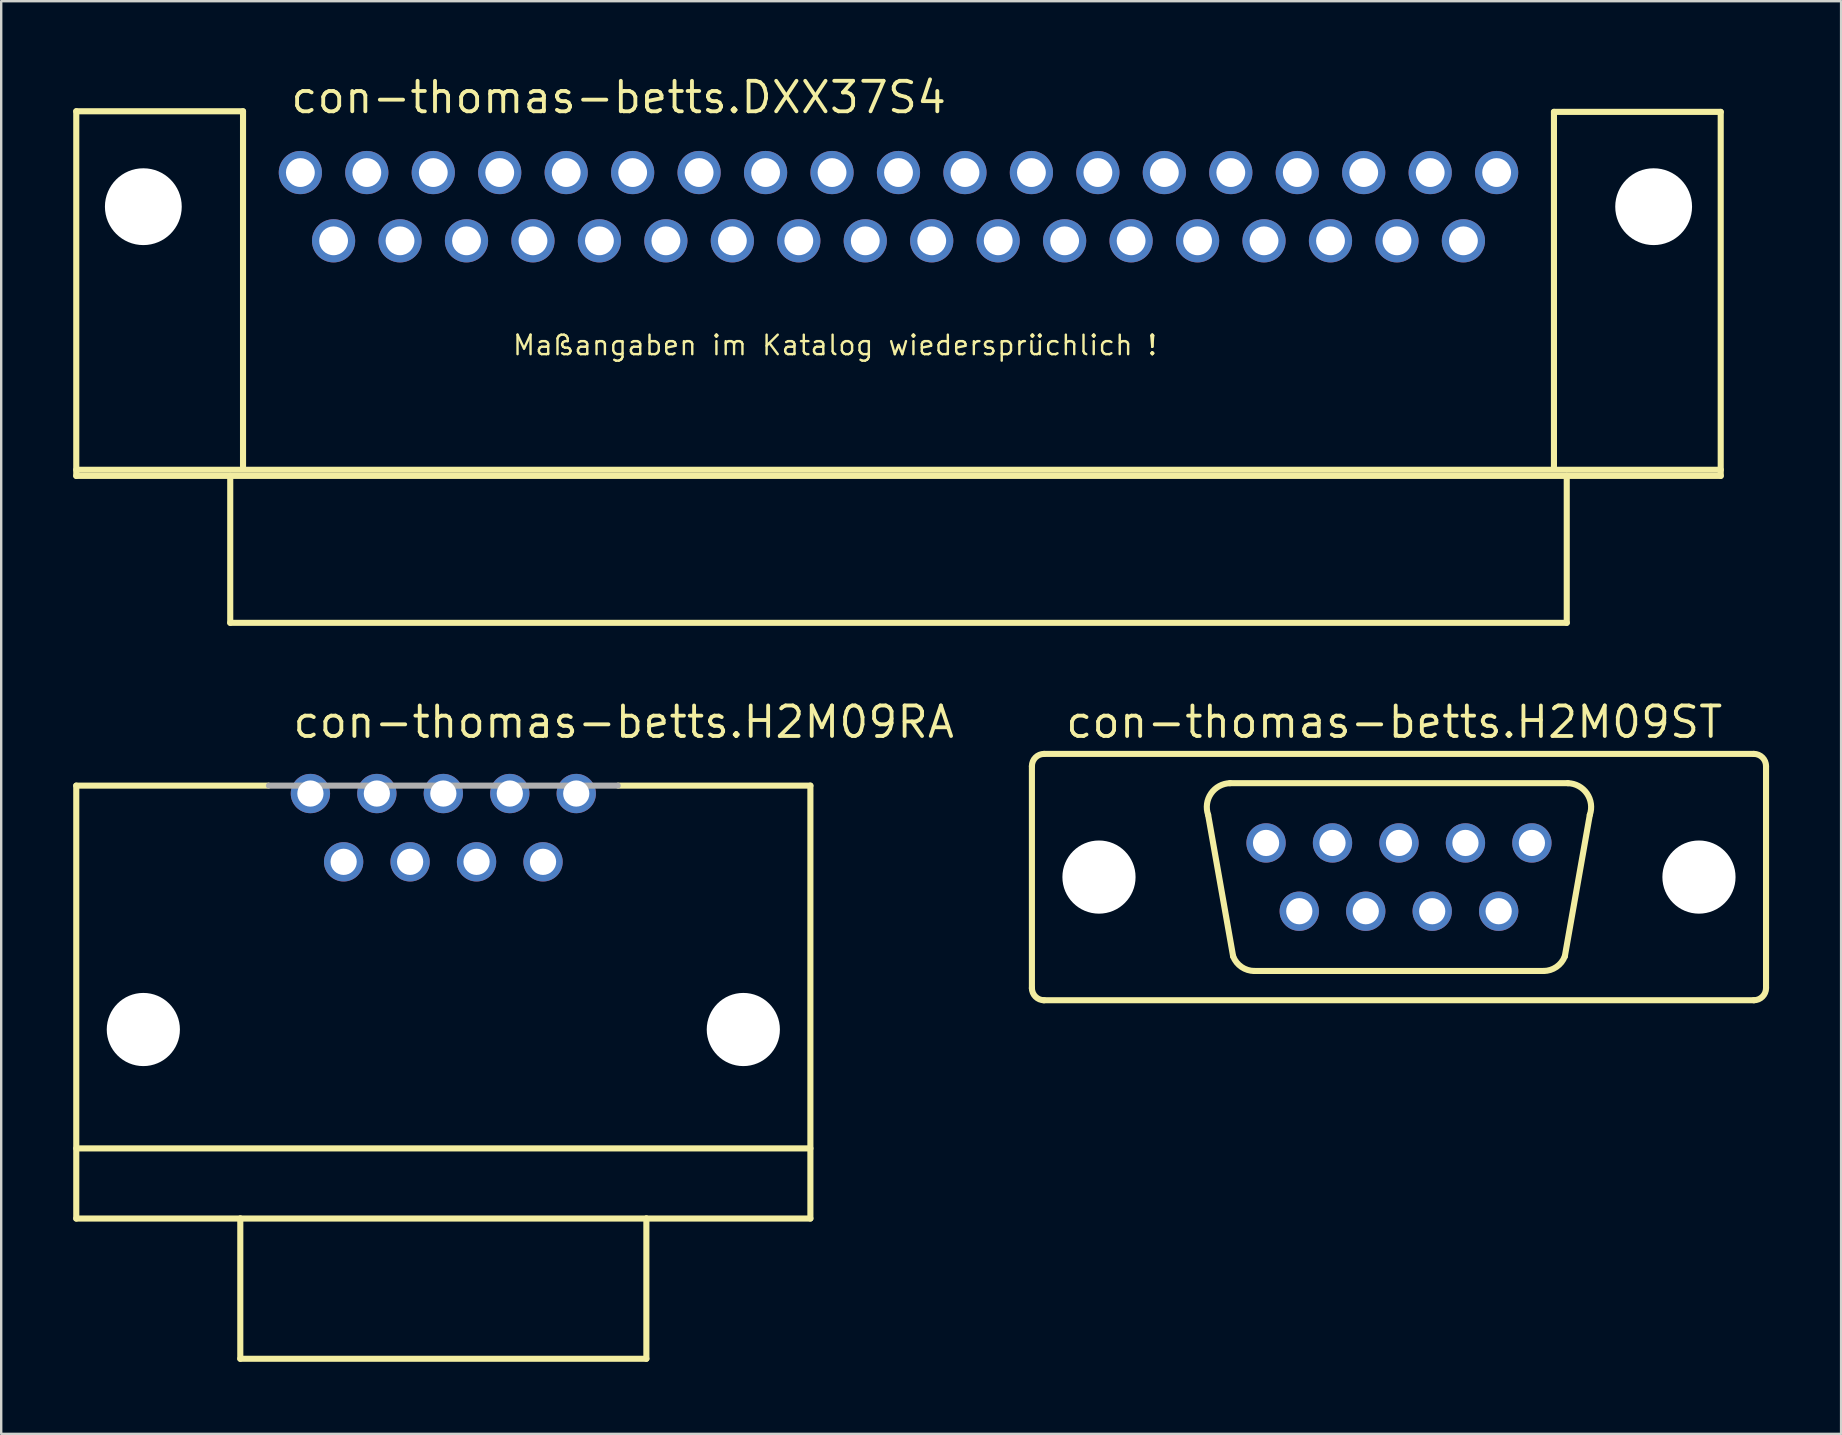
<source format=kicad_pcb>
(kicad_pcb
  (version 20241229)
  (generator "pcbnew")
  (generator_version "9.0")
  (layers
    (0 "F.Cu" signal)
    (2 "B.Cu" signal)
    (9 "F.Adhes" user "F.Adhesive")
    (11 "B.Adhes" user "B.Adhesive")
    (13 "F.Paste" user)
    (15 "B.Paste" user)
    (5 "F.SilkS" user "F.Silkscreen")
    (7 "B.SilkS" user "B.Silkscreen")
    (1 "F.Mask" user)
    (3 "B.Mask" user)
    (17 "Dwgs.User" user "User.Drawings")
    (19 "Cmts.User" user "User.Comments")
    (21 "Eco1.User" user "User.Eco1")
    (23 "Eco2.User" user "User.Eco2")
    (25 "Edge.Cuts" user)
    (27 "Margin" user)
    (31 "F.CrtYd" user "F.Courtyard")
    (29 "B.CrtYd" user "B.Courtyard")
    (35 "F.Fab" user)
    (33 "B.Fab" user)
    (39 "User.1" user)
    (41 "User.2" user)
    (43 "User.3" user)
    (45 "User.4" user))
  (footprint "con-thomas-betts.H2M09RA"
    (layer "F.Cu")
    (at 15.418 37.932)
    (property "Reference" "con-thomas-betts.H2M09RA" (at -6.35 -10.16 0) (layer "F.SilkS") (effects (font (size 1.27 1.27) (thickness 0.16)) (justify left bottom)))
    (attr through_hole)
    (fp_line (start -15.291 -8.255) (end -7.29 -8.255) (stroke (width 0.254) (type default)) (layer "F.SilkS"))
    (fp_line (start -15.291 6.858) (end 15.291 6.858) (stroke (width 0.254) (type default)) (layer "F.SilkS"))
    (fp_line (start -15.291 9.779) (end -15.291 -8.255) (stroke (width 0.254) (type default)) (layer "F.SilkS"))
    (fp_line (start -8.458 9.779) (end -15.291 9.779) (stroke (width 0.254) (type default)) (layer "F.SilkS"))
    (fp_line (start -8.458 9.779) (end 8.458 9.779) (stroke (width 0.254) (type default)) (layer "F.SilkS"))
    (fp_line (start -8.458 15.621) (end -8.458 9.779) (stroke (width 0.254) (type default)) (layer "F.SilkS"))
    (fp_line (start 8.458 9.779) (end 8.458 15.621) (stroke (width 0.254) (type default)) (layer "F.SilkS"))
    (fp_line (start 8.458 15.621) (end -8.458 15.621) (stroke (width 0.254) (type default)) (layer "F.SilkS"))
    (fp_line (start 15.291 -8.255) (end 7.29 -8.255) (stroke (width 0.254) (type default)) (layer "F.SilkS"))
    (fp_line (start 15.291 -8.255) (end 15.291 9.779) (stroke (width 0.254) (type default)) (layer "F.SilkS"))
    (fp_line (start 15.291 9.779) (end 8.458 9.779) (stroke (width 0.254) (type default)) (layer "F.SilkS"))
    (fp_line (start -7.264 -8.255) (end 7.264 -8.255) (stroke (width 0.254) (type default)) (layer "F.Fab"))
    (pad "" np_thru_hole circle (at -12.497 1.905) (size 3.048 3.048) (drill 3.048) (layers "*.Cu" "*.Mask"))
    (pad "" np_thru_hole circle (at 12.497 1.905) (size 3.048 3.048) (drill 3.048) (layers "*.Cu" "*.Mask"))
    (pad "1" thru_hole circle (at -5.537 -7.925) (size 1.638 1.638) (drill 1.092) (layers "*.Cu" "*.Mask"))
    (pad "2" thru_hole circle (at -2.769 -7.925) (size 1.638 1.638) (drill 1.092) (layers "*.Cu" "*.Mask"))
    (pad "3" thru_hole circle (at 0 -7.925) (size 1.638 1.638) (drill 1.092) (layers "*.Cu" "*.Mask"))
    (pad "4" thru_hole circle (at 2.769 -7.925) (size 1.638 1.638) (drill 1.092) (layers "*.Cu" "*.Mask"))
    (pad "5" thru_hole circle (at 5.537 -7.925) (size 1.638 1.638) (drill 1.092) (layers "*.Cu" "*.Mask"))
    (pad "6" thru_hole circle (at -4.153 -5.08) (size 1.638 1.638) (drill 1.092) (layers "*.Cu" "*.Mask"))
    (pad "7" thru_hole circle (at -1.384 -5.08) (size 1.638 1.638) (drill 1.092) (layers "*.Cu" "*.Mask"))
    (pad "8" thru_hole circle (at 1.384 -5.08) (size 1.638 1.638) (drill 1.092) (layers "*.Cu" "*.Mask"))
    (pad "9" thru_hole circle (at 4.153 -5.08) (size 1.638 1.638) (drill 1.092) (layers "*.Cu" "*.Mask")))
  (footprint "con-thomas-betts.DXX37S4"
    (layer "F.Cu")
    (at 34.379 5.56)
    (property "Reference" "con-thomas-betts.DXX37S4" (at -25.4 -3.81 0) (layer "F.SilkS") (effects (font (size 1.27 1.27) (thickness 0.16)) (justify left bottom)))
    (attr through_hole)
    (fp_line (start -34.252 -3.975) (end -27.305 -3.975) (stroke (width 0.254) (type default)) (layer "F.SilkS"))
    (fp_line (start -34.252 10.96) (end 34.252 10.96) (stroke (width 0.254) (type default)) (layer "F.SilkS"))
    (fp_line (start -34.252 11.214) (end -34.252 -3.975) (stroke (width 0.254) (type default)) (layer "F.SilkS"))
    (fp_line (start -27.838 11.214) (end -34.252 11.214) (stroke (width 0.254) (type default)) (layer "F.SilkS"))
    (fp_line (start -27.838 11.214) (end 27.838 11.214) (stroke (width 0.254) (type default)) (layer "F.SilkS"))
    (fp_line (start -27.838 17.335) (end -27.838 11.214) (stroke (width 0.254) (type default)) (layer "F.SilkS"))
    (fp_line (start -27.305 -3.975) (end -27.305 10.82) (stroke (width 0.254) (type default)) (layer "F.SilkS"))
    (fp_line (start 27.305 -3.95) (end 27.305 10.82) (stroke (width 0.254) (type default)) (layer "F.SilkS"))
    (fp_line (start 27.838 11.214) (end 27.838 17.335) (stroke (width 0.254) (type default)) (layer "F.SilkS"))
    (fp_line (start 27.838 17.335) (end -27.838 17.335) (stroke (width 0.254) (type default)) (layer "F.SilkS"))
    (fp_line (start 34.252 -3.95) (end 27.305 -3.95) (stroke (width 0.254) (type default)) (layer "F.SilkS"))
    (fp_line (start 34.252 -3.95) (end 34.252 11.214) (stroke (width 0.254) (type default)) (layer "F.SilkS"))
    (fp_line (start 34.252 11.214) (end 27.838 11.214) (stroke (width 0.254) (type default)) (layer "F.SilkS"))
    (fp_text user "Maßangaben im Katalog wiedersprüchlich !" (at -16.129 6.248 0) (layer "F.SilkS") (effects (font (size 0.813 0.813) (thickness 0.1)) (justify left bottom)))
    (pad "" np_thru_hole circle (at -31.458 0) (size 3.2 3.2) (drill 3.2) (layers "*.Cu" "*.Mask"))
    (pad "" np_thru_hole circle (at 31.458 0) (size 3.2 3.2) (drill 3.2) (layers "*.Cu" "*.Mask"))
    (pad "1" thru_hole circle (at 24.917 -1.422) (size 1.8 1.8) (drill 1.2) (layers "*.Cu" "*.Mask"))
    (pad "2" thru_hole circle (at 22.149 -1.422) (size 1.8 1.8) (drill 1.2) (layers "*.Cu" "*.Mask"))
    (pad "3" thru_hole circle (at 19.38 -1.422) (size 1.8 1.8) (drill 1.2) (layers "*.Cu" "*.Mask"))
    (pad "4" thru_hole circle (at 16.612 -1.422) (size 1.8 1.8) (drill 1.2) (layers "*.Cu" "*.Mask"))
    (pad "5" thru_hole circle (at 13.843 -1.422) (size 1.8 1.8) (drill 1.2) (layers "*.Cu" "*.Mask"))
    (pad "6" thru_hole circle (at 11.074 -1.422) (size 1.8 1.8) (drill 1.2) (layers "*.Cu" "*.Mask"))
    (pad "7" thru_hole circle (at 8.306 -1.422) (size 1.8 1.8) (drill 1.2) (layers "*.Cu" "*.Mask"))
    (pad "8" thru_hole circle (at 5.537 -1.422) (size 1.8 1.8) (drill 1.2) (layers "*.Cu" "*.Mask"))
    (pad "9" thru_hole circle (at 2.769 -1.422) (size 1.8 1.8) (drill 1.2) (layers "*.Cu" "*.Mask"))
    (pad "10" thru_hole circle (at 0 -1.422) (size 1.8 1.8) (drill 1.2) (layers "*.Cu" "*.Mask"))
    (pad "11" thru_hole circle (at -2.769 -1.422) (size 1.8 1.8) (drill 1.2) (layers "*.Cu" "*.Mask"))
    (pad "12" thru_hole circle (at -5.537 -1.422) (size 1.8 1.8) (drill 1.2) (layers "*.Cu" "*.Mask"))
    (pad "13" thru_hole circle (at -8.306 -1.422) (size 1.8 1.8) (drill 1.2) (layers "*.Cu" "*.Mask"))
    (pad "14" thru_hole circle (at -11.074 -1.422) (size 1.8 1.8) (drill 1.2) (layers "*.Cu" "*.Mask"))
    (pad "15" thru_hole circle (at -13.843 -1.422) (size 1.8 1.8) (drill 1.2) (layers "*.Cu" "*.Mask"))
    (pad "16" thru_hole circle (at -16.612 -1.422) (size 1.8 1.8) (drill 1.2) (layers "*.Cu" "*.Mask"))
    (pad "17" thru_hole circle (at -19.38 -1.422) (size 1.8 1.8) (drill 1.2) (layers "*.Cu" "*.Mask"))
    (pad "18" thru_hole circle (at -22.149 -1.422) (size 1.8 1.8) (drill 1.2) (layers "*.Cu" "*.Mask"))
    (pad "19" thru_hole circle (at -24.917 -1.422) (size 1.8 1.8) (drill 1.2) (layers "*.Cu" "*.Mask"))
    (pad "20" thru_hole circle (at 23.533 1.422) (size 1.8 1.8) (drill 1.2) (layers "*.Cu" "*.Mask"))
    (pad "21" thru_hole circle (at 20.765 1.422) (size 1.8 1.8) (drill 1.2) (layers "*.Cu" "*.Mask"))
    (pad "22" thru_hole circle (at 17.996 1.422) (size 1.8 1.8) (drill 1.2) (layers "*.Cu" "*.Mask"))
    (pad "23" thru_hole circle (at 15.227 1.422) (size 1.8 1.8) (drill 1.2) (layers "*.Cu" "*.Mask"))
    (pad "24" thru_hole circle (at 12.459 1.422) (size 1.8 1.8) (drill 1.2) (layers "*.Cu" "*.Mask"))
    (pad "25" thru_hole circle (at 9.69 1.422) (size 1.8 1.8) (drill 1.2) (layers "*.Cu" "*.Mask"))
    (pad "26" thru_hole circle (at 6.921 1.422) (size 1.8 1.8) (drill 1.2) (layers "*.Cu" "*.Mask"))
    (pad "27" thru_hole circle (at 4.153 1.422) (size 1.8 1.8) (drill 1.2) (layers "*.Cu" "*.Mask"))
    (pad "28" thru_hole circle (at 1.384 1.422) (size 1.8 1.8) (drill 1.2) (layers "*.Cu" "*.Mask"))
    (pad "29" thru_hole circle (at -1.384 1.422) (size 1.8 1.8) (drill 1.2) (layers "*.Cu" "*.Mask"))
    (pad "30" thru_hole circle (at -4.153 1.422) (size 1.8 1.8) (drill 1.2) (layers "*.Cu" "*.Mask"))
    (pad "31" thru_hole circle (at -6.921 1.422) (size 1.8 1.8) (drill 1.2) (layers "*.Cu" "*.Mask"))
    (pad "32" thru_hole circle (at -9.69 1.422) (size 1.8 1.8) (drill 1.2) (layers "*.Cu" "*.Mask"))
    (pad "33" thru_hole circle (at -12.459 1.422) (size 1.8 1.8) (drill 1.2) (layers "*.Cu" "*.Mask"))
    (pad "34" thru_hole circle (at -15.227 1.422) (size 1.8 1.8) (drill 1.2) (layers "*.Cu" "*.Mask"))
    (pad "35" thru_hole circle (at -17.996 1.422) (size 1.8 1.8) (drill 1.2) (layers "*.Cu" "*.Mask"))
    (pad "36" thru_hole circle (at -20.765 1.422) (size 1.8 1.8) (drill 1.2) (layers "*.Cu" "*.Mask"))
    (pad "37" thru_hole circle (at -23.533 1.422) (size 1.8 1.8) (drill 1.2) (layers "*.Cu" "*.Mask")))
  (footprint "con-thomas-betts.H2M09ST"
    (layer "F.Cu")
    (at 55.228 33.487)
    (property "Reference" "con-thomas-betts.H2M09ST" (at -13.97 -5.715 0) (layer "F.SilkS") (effects (font (size 1.27 1.27) (thickness 0.16)) (justify left bottom)))
    (attr through_hole)
    (fp_line (start -15.291 4.648) (end -15.291 -4.623) (stroke (width 0.254) (type default)) (layer "F.SilkS"))
    (fp_line (start -14.783 -5.131) (end 14.783 -5.131) (stroke (width 0.254) (type default)) (layer "F.SilkS"))
    (fp_line (start -6.909 3.302) (end -7.95 -2.591) (stroke (width 0.254) (type default)) (layer "F.SilkS"))
    (fp_line (start 6.02 3.912) (end -6.02 3.912) (stroke (width 0.254) (type default)) (layer "F.SilkS"))
    (fp_line (start 6.909 3.302) (end 7.95 -2.591) (stroke (width 0.254) (type default)) (layer "F.SilkS"))
    (fp_line (start 7.036 -3.912) (end -7.036 -3.912) (stroke (width 0.254) (type default)) (layer "F.SilkS"))
    (fp_line (start 14.783 5.131) (end -14.808 5.131) (stroke (width 0.254) (type default)) (layer "F.SilkS"))
    (fp_line (start 15.291 -4.623) (end 15.291 4.623) (stroke (width 0.254) (type default)) (layer "F.SilkS"))
    (fp_arc (start -15.2908 -4.6228) (mid -15.14201 -4.98201) (end -14.7828 -5.1308) (stroke (width 0.254) (type default)) (layer "F.SilkS"))
    (fp_arc (start -14.7828 5.1308) (mid -15.14201 4.98201) (end -15.2908 4.6228) (stroke (width 0.254) (type default)) (layer "F.SilkS"))
    (fp_arc (start -7.9502 -2.5908) (mid -7.828343 -3.483361) (end -7.0358 -3.9116) (stroke (width 0.254) (type default)) (layer "F.SilkS"))
    (fp_arc (start -6.0198 3.9116) (mid -6.558829 3.744654) (end -6.9088 3.302) (stroke (width 0.254) (type default)) (layer "F.SilkS"))
    (fp_arc (start 6.9088 3.302) (mid 6.558829 3.744654) (end 6.0198 3.9116) (stroke (width 0.254) (type default)) (layer "F.SilkS"))
    (fp_arc (start 7.0358 -3.9116) (mid 7.828343 -3.483361) (end 7.9502 -2.5908) (stroke (width 0.254) (type default)) (layer "F.SilkS"))
    (fp_arc (start 14.7828 -5.1308) (mid 15.14201 -4.98201) (end 15.2908 -4.6228) (stroke (width 0.254) (type default)) (layer "F.SilkS"))
    (fp_arc (start 15.2908 4.6228) (mid 15.14201 4.98201) (end 14.7828 5.1308) (stroke (width 0.254) (type default)) (layer "F.SilkS"))
    (pad "" np_thru_hole circle (at -12.497 0) (size 3.048 3.048) (drill 3.048) (layers "*.Cu" "*.Mask"))
    (pad "" np_thru_hole circle (at 12.497 0) (size 3.048 3.048) (drill 3.048) (layers "*.Cu" "*.Mask"))
    (pad "1" thru_hole circle (at -5.537 -1.422) (size 1.638 1.638) (drill 1.092) (layers "*.Cu" "*.Mask"))
    (pad "2" thru_hole circle (at -2.769 -1.422) (size 1.638 1.638) (drill 1.092) (layers "*.Cu" "*.Mask"))
    (pad "3" thru_hole circle (at 0 -1.422) (size 1.638 1.638) (drill 1.092) (layers "*.Cu" "*.Mask"))
    (pad "4" thru_hole circle (at 2.769 -1.422) (size 1.638 1.638) (drill 1.092) (layers "*.Cu" "*.Mask"))
    (pad "5" thru_hole circle (at 5.537 -1.422) (size 1.638 1.638) (drill 1.092) (layers "*.Cu" "*.Mask"))
    (pad "6" thru_hole circle (at -4.153 1.422) (size 1.638 1.638) (drill 1.092) (layers "*.Cu" "*.Mask"))
    (pad "7" thru_hole circle (at -1.384 1.422) (size 1.638 1.638) (drill 1.092) (layers "*.Cu" "*.Mask"))
    (pad "8" thru_hole circle (at 1.384 1.422) (size 1.638 1.638) (drill 1.092) (layers "*.Cu" "*.Mask"))
    (pad "9" thru_hole circle (at 4.153 1.422) (size 1.638 1.638) (drill 1.092) (layers "*.Cu" "*.Mask")))
  (gr_rect
    (start -3 -3)
    (end 73.646 56.681)
    (stroke (width 0.1) (type default))
    (fill no)
    (layer "Edge.Cuts")))
</source>
